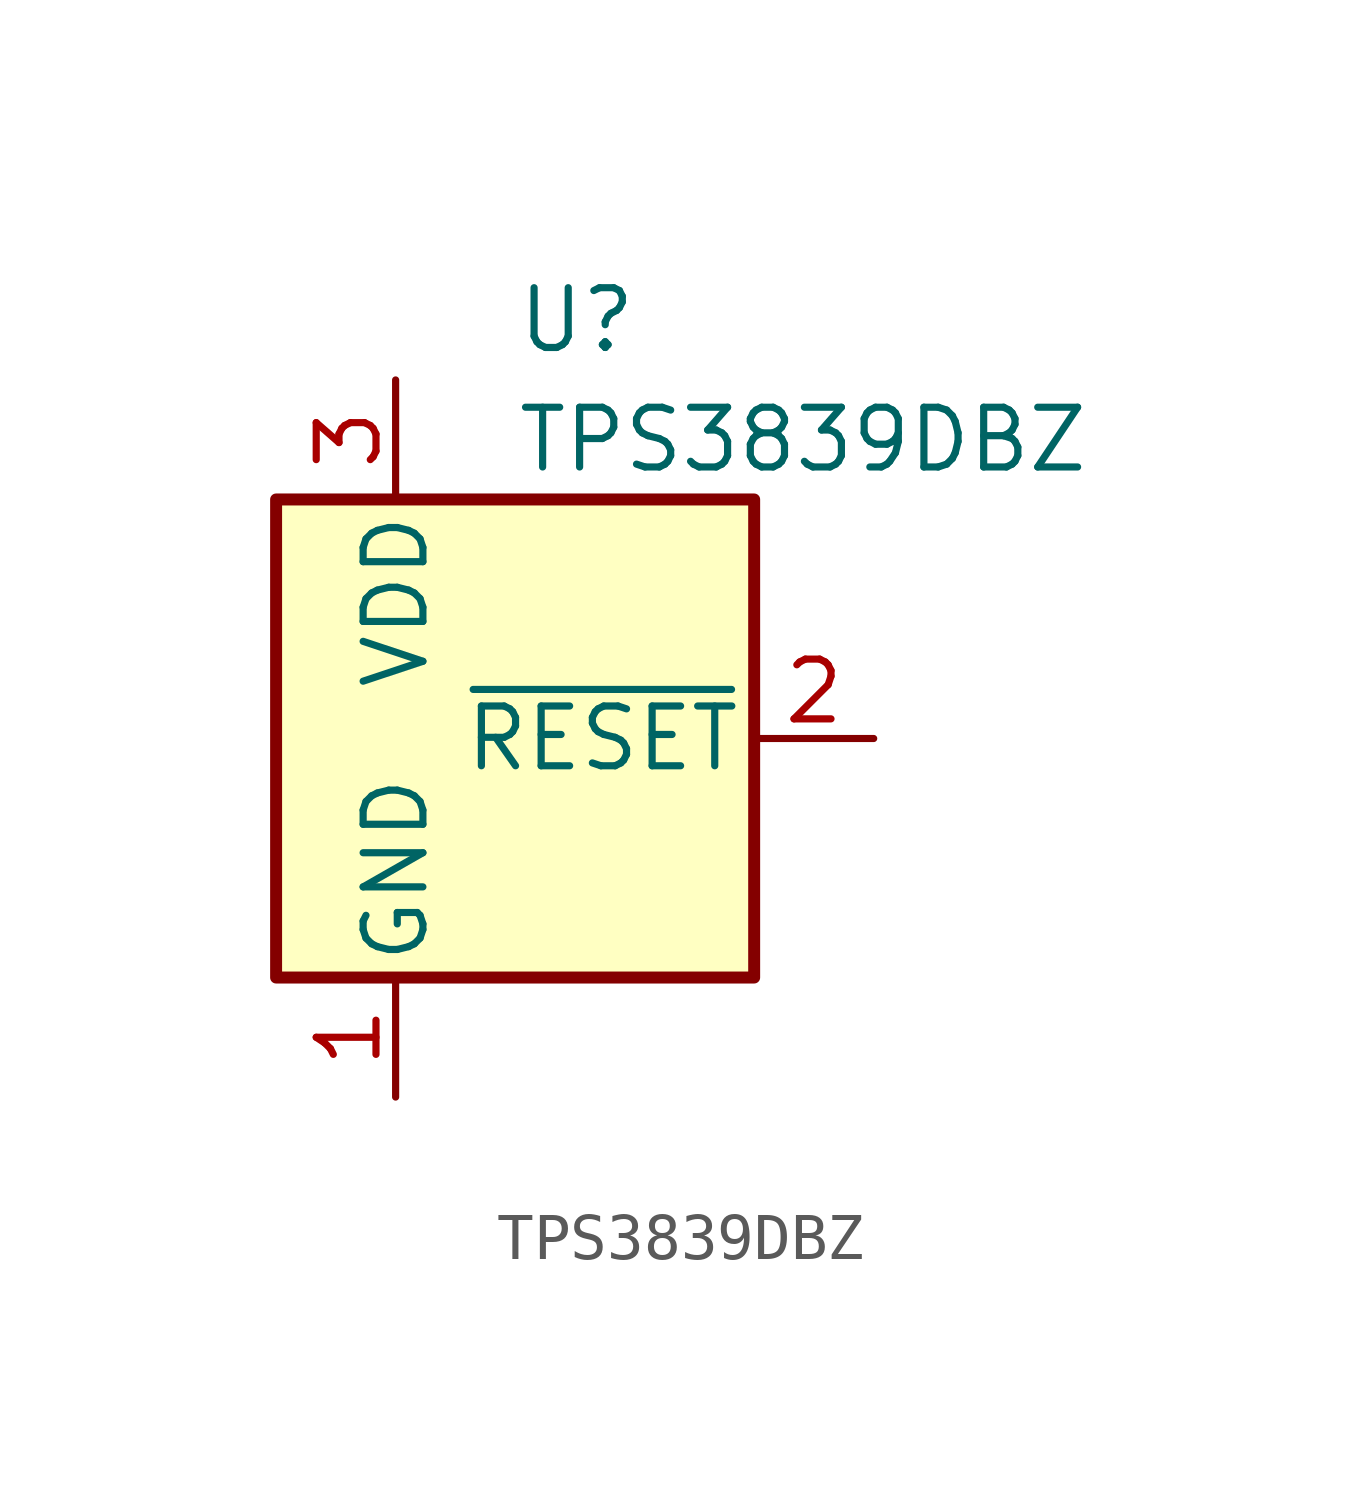
<source format=kicad_sym>
(kicad_symbol_lib
  (version 20201005)
  (generator kicad_symbol_editor)
  (symbol "TPS3839DBZ"
    (pin_names
      (offset 0.254))
    (property "Reference" "U"
      (at 2.54 8.89 0)
      (effects (font (size 1.27 1.27)) (justify left)))
    (property "Value" "TPS3839DBZ"
      (at 2.54 6.35 0)
      (effects (font (size 1.27 1.27)) (justify left)))
    (symbol "TPS3839DBZ_0_1"
      (rectangle (start -2.54 5.08) (end 7.62 -5.08) (stroke (width 0.254)) (fill (type background))))
    (symbol "TPS3839DBZ_1_1"
      (pin power_in line (at 0 -7.62 90) (length 2.54) (name "GND" (effects (font (size 1.27 1.27)))) (number "1" (effects (font (size 1.27 1.27)))))
      (pin output line (at 10.16 0 180) (length 2.54) (name "~RESET" (effects (font (size 1.27 1.27)))) (number "2" (effects (font (size 1.27 1.27)))))
      (pin power_in line (at 0 7.62 270) (length 2.54) (name "VDD" (effects (font (size 1.27 1.27)))) (number "3" (effects (font (size 1.27 1.27))))))))
</source>
